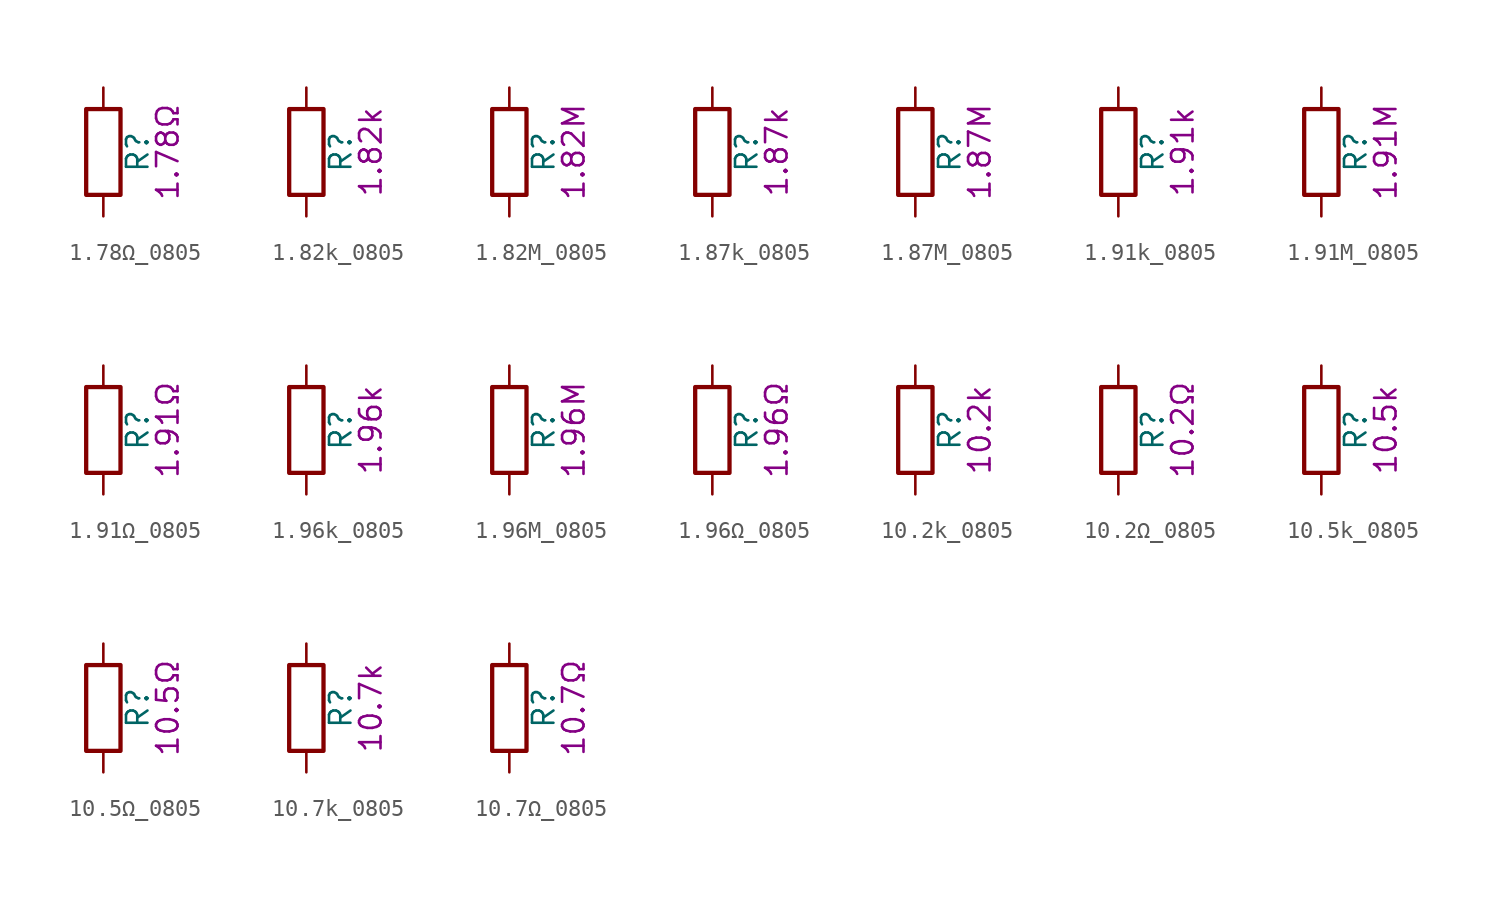
<source format=kicad_sym>
(kicad_symbol_lib
  (version 20211014)
  (generator kicad_symbol_editor)
  (symbol "1.78Ω_0805"
    (pin_numbers hide)
    (pin_names
      (offset 0))
    (property "Reference" "R"
      (at 2.032 0 90)
      (effects (font (size 1.27 1.27))))
    (property "Display" "1.78Ω"
      (at 3.81 0 90)
      (effects (font (size 1.27 1.27))))
    (symbol "1.78Ω_0805_0_1"
      (rectangle (start -1.016 -2.54) (end 1.016 2.54) (stroke (width 0.254) (type default) (color 0 0 0 0)) (fill (type none))))
    (symbol "1.78Ω_0805_1_1"
      (pin passive line (at 0 3.81 270) (length 1.27) (name "~" (effects (font (size 1.27 1.27)))) (number "1" (effects (font (size 1.27 1.27)))))
      (pin passive line (at 0 -3.81 90) (length 1.27) (name "~" (effects (font (size 1.27 1.27)))) (number "2" (effects (font (size 1.27 1.27)))))))
  (symbol "1.82k_0805"
    (pin_numbers hide)
    (pin_names
      (offset 0))
    (property "Reference" "R"
      (at 2.032 0 90)
      (effects (font (size 1.27 1.27))))
    (property "Display" "1.82k"
      (at 3.81 0 90)
      (effects (font (size 1.27 1.27))))
    (symbol "1.82k_0805_0_1"
      (rectangle (start -1.016 -2.54) (end 1.016 2.54) (stroke (width 0.254) (type default) (color 0 0 0 0)) (fill (type none))))
    (symbol "1.82k_0805_1_1"
      (pin passive line (at 0 3.81 270) (length 1.27) (name "~" (effects (font (size 1.27 1.27)))) (number "1" (effects (font (size 1.27 1.27)))))
      (pin passive line (at 0 -3.81 90) (length 1.27) (name "~" (effects (font (size 1.27 1.27)))) (number "2" (effects (font (size 1.27 1.27)))))))
  (symbol "1.82M_0805"
    (pin_numbers hide)
    (pin_names
      (offset 0))
    (property "Reference" "R"
      (at 2.032 0 90)
      (effects (font (size 1.27 1.27))))
    (property "Display" "1.82M"
      (at 3.81 0 90)
      (effects (font (size 1.27 1.27))))
    (symbol "1.82M_0805_0_1"
      (rectangle (start -1.016 -2.54) (end 1.016 2.54) (stroke (width 0.254) (type default) (color 0 0 0 0)) (fill (type none))))
    (symbol "1.82M_0805_1_1"
      (pin passive line (at 0 3.81 270) (length 1.27) (name "~" (effects (font (size 1.27 1.27)))) (number "1" (effects (font (size 1.27 1.27)))))
      (pin passive line (at 0 -3.81 90) (length 1.27) (name "~" (effects (font (size 1.27 1.27)))) (number "2" (effects (font (size 1.27 1.27)))))))
  (symbol "1.87k_0805"
    (pin_numbers hide)
    (pin_names
      (offset 0))
    (property "Reference" "R"
      (at 2.032 0 90)
      (effects (font (size 1.27 1.27))))
    (property "Display" "1.87k"
      (at 3.81 0 90)
      (effects (font (size 1.27 1.27))))
    (symbol "1.87k_0805_0_1"
      (rectangle (start -1.016 -2.54) (end 1.016 2.54) (stroke (width 0.254) (type default) (color 0 0 0 0)) (fill (type none))))
    (symbol "1.87k_0805_1_1"
      (pin passive line (at 0 3.81 270) (length 1.27) (name "~" (effects (font (size 1.27 1.27)))) (number "1" (effects (font (size 1.27 1.27)))))
      (pin passive line (at 0 -3.81 90) (length 1.27) (name "~" (effects (font (size 1.27 1.27)))) (number "2" (effects (font (size 1.27 1.27)))))))
  (symbol "1.87M_0805"
    (pin_numbers hide)
    (pin_names
      (offset 0))
    (property "Reference" "R"
      (at 2.032 0 90)
      (effects (font (size 1.27 1.27))))
    (property "Display" "1.87M"
      (at 3.81 0 90)
      (effects (font (size 1.27 1.27))))
    (symbol "1.87M_0805_0_1"
      (rectangle (start -1.016 -2.54) (end 1.016 2.54) (stroke (width 0.254) (type default) (color 0 0 0 0)) (fill (type none))))
    (symbol "1.87M_0805_1_1"
      (pin passive line (at 0 3.81 270) (length 1.27) (name "~" (effects (font (size 1.27 1.27)))) (number "1" (effects (font (size 1.27 1.27)))))
      (pin passive line (at 0 -3.81 90) (length 1.27) (name "~" (effects (font (size 1.27 1.27)))) (number "2" (effects (font (size 1.27 1.27)))))))
  (symbol "1.91k_0805"
    (pin_numbers hide)
    (pin_names
      (offset 0))
    (property "Reference" "R"
      (at 2.032 0 90)
      (effects (font (size 1.27 1.27))))
    (property "Display" "1.91k"
      (at 3.81 0 90)
      (effects (font (size 1.27 1.27))))
    (symbol "1.91k_0805_0_1"
      (rectangle (start -1.016 -2.54) (end 1.016 2.54) (stroke (width 0.254) (type default) (color 0 0 0 0)) (fill (type none))))
    (symbol "1.91k_0805_1_1"
      (pin passive line (at 0 3.81 270) (length 1.27) (name "~" (effects (font (size 1.27 1.27)))) (number "1" (effects (font (size 1.27 1.27)))))
      (pin passive line (at 0 -3.81 90) (length 1.27) (name "~" (effects (font (size 1.27 1.27)))) (number "2" (effects (font (size 1.27 1.27)))))))
  (symbol "1.91M_0805"
    (pin_numbers hide)
    (pin_names
      (offset 0))
    (property "Reference" "R"
      (at 2.032 0 90)
      (effects (font (size 1.27 1.27))))
    (property "Display" "1.91M"
      (at 3.81 0 90)
      (effects (font (size 1.27 1.27))))
    (symbol "1.91M_0805_0_1"
      (rectangle (start -1.016 -2.54) (end 1.016 2.54) (stroke (width 0.254) (type default) (color 0 0 0 0)) (fill (type none))))
    (symbol "1.91M_0805_1_1"
      (pin passive line (at 0 3.81 270) (length 1.27) (name "~" (effects (font (size 1.27 1.27)))) (number "1" (effects (font (size 1.27 1.27)))))
      (pin passive line (at 0 -3.81 90) (length 1.27) (name "~" (effects (font (size 1.27 1.27)))) (number "2" (effects (font (size 1.27 1.27)))))))
  (symbol "1.91Ω_0805"
    (pin_numbers hide)
    (pin_names
      (offset 0))
    (property "Reference" "R"
      (at 2.032 0 90)
      (effects (font (size 1.27 1.27))))
    (property "Display" "1.91Ω"
      (at 3.81 0 90)
      (effects (font (size 1.27 1.27))))
    (symbol "1.91Ω_0805_0_1"
      (rectangle (start -1.016 -2.54) (end 1.016 2.54) (stroke (width 0.254) (type default) (color 0 0 0 0)) (fill (type none))))
    (symbol "1.91Ω_0805_1_1"
      (pin passive line (at 0 3.81 270) (length 1.27) (name "~" (effects (font (size 1.27 1.27)))) (number "1" (effects (font (size 1.27 1.27)))))
      (pin passive line (at 0 -3.81 90) (length 1.27) (name "~" (effects (font (size 1.27 1.27)))) (number "2" (effects (font (size 1.27 1.27)))))))
  (symbol "1.96k_0805"
    (pin_numbers hide)
    (pin_names
      (offset 0))
    (property "Reference" "R"
      (at 2.032 0 90)
      (effects (font (size 1.27 1.27))))
    (property "Display" "1.96k"
      (at 3.81 0 90)
      (effects (font (size 1.27 1.27))))
    (symbol "1.96k_0805_0_1"
      (rectangle (start -1.016 -2.54) (end 1.016 2.54) (stroke (width 0.254) (type default) (color 0 0 0 0)) (fill (type none))))
    (symbol "1.96k_0805_1_1"
      (pin passive line (at 0 3.81 270) (length 1.27) (name "~" (effects (font (size 1.27 1.27)))) (number "1" (effects (font (size 1.27 1.27)))))
      (pin passive line (at 0 -3.81 90) (length 1.27) (name "~" (effects (font (size 1.27 1.27)))) (number "2" (effects (font (size 1.27 1.27)))))))
  (symbol "1.96M_0805"
    (pin_numbers hide)
    (pin_names
      (offset 0))
    (property "Reference" "R"
      (at 2.032 0 90)
      (effects (font (size 1.27 1.27))))
    (property "Display" "1.96M"
      (at 3.81 0 90)
      (effects (font (size 1.27 1.27))))
    (symbol "1.96M_0805_0_1"
      (rectangle (start -1.016 -2.54) (end 1.016 2.54) (stroke (width 0.254) (type default) (color 0 0 0 0)) (fill (type none))))
    (symbol "1.96M_0805_1_1"
      (pin passive line (at 0 3.81 270) (length 1.27) (name "~" (effects (font (size 1.27 1.27)))) (number "1" (effects (font (size 1.27 1.27)))))
      (pin passive line (at 0 -3.81 90) (length 1.27) (name "~" (effects (font (size 1.27 1.27)))) (number "2" (effects (font (size 1.27 1.27)))))))
  (symbol "1.96Ω_0805"
    (pin_numbers hide)
    (pin_names
      (offset 0))
    (property "Reference" "R"
      (at 2.032 0 90)
      (effects (font (size 1.27 1.27))))
    (property "Display" "1.96Ω"
      (at 3.81 0 90)
      (effects (font (size 1.27 1.27))))
    (symbol "1.96Ω_0805_0_1"
      (rectangle (start -1.016 -2.54) (end 1.016 2.54) (stroke (width 0.254) (type default) (color 0 0 0 0)) (fill (type none))))
    (symbol "1.96Ω_0805_1_1"
      (pin passive line (at 0 3.81 270) (length 1.27) (name "~" (effects (font (size 1.27 1.27)))) (number "1" (effects (font (size 1.27 1.27)))))
      (pin passive line (at 0 -3.81 90) (length 1.27) (name "~" (effects (font (size 1.27 1.27)))) (number "2" (effects (font (size 1.27 1.27)))))))
  (symbol "10.2k_0805"
    (pin_numbers hide)
    (pin_names
      (offset 0))
    (property "Reference" "R"
      (at 2.032 0 90)
      (effects (font (size 1.27 1.27))))
    (property "Display" "10.2k"
      (at 3.81 0 90)
      (effects (font (size 1.27 1.27))))
    (symbol "10.2k_0805_0_1"
      (rectangle (start -1.016 -2.54) (end 1.016 2.54) (stroke (width 0.254) (type default) (color 0 0 0 0)) (fill (type none))))
    (symbol "10.2k_0805_1_1"
      (pin passive line (at 0 3.81 270) (length 1.27) (name "~" (effects (font (size 1.27 1.27)))) (number "1" (effects (font (size 1.27 1.27)))))
      (pin passive line (at 0 -3.81 90) (length 1.27) (name "~" (effects (font (size 1.27 1.27)))) (number "2" (effects (font (size 1.27 1.27)))))))
  (symbol "10.2Ω_0805"
    (pin_numbers hide)
    (pin_names
      (offset 0))
    (property "Reference" "R"
      (at 2.032 0 90)
      (effects (font (size 1.27 1.27))))
    (property "Display" "10.2Ω"
      (at 3.81 0 90)
      (effects (font (size 1.27 1.27))))
    (symbol "10.2Ω_0805_0_1"
      (rectangle (start -1.016 -2.54) (end 1.016 2.54) (stroke (width 0.254) (type default) (color 0 0 0 0)) (fill (type none))))
    (symbol "10.2Ω_0805_1_1"
      (pin passive line (at 0 3.81 270) (length 1.27) (name "~" (effects (font (size 1.27 1.27)))) (number "1" (effects (font (size 1.27 1.27)))))
      (pin passive line (at 0 -3.81 90) (length 1.27) (name "~" (effects (font (size 1.27 1.27)))) (number "2" (effects (font (size 1.27 1.27)))))))
  (symbol "10.5k_0805"
    (pin_numbers hide)
    (pin_names
      (offset 0))
    (property "Reference" "R"
      (at 2.032 0 90)
      (effects (font (size 1.27 1.27))))
    (property "Display" "10.5k"
      (at 3.81 0 90)
      (effects (font (size 1.27 1.27))))
    (symbol "10.5k_0805_0_1"
      (rectangle (start -1.016 -2.54) (end 1.016 2.54) (stroke (width 0.254) (type default) (color 0 0 0 0)) (fill (type none))))
    (symbol "10.5k_0805_1_1"
      (pin passive line (at 0 3.81 270) (length 1.27) (name "~" (effects (font (size 1.27 1.27)))) (number "1" (effects (font (size 1.27 1.27)))))
      (pin passive line (at 0 -3.81 90) (length 1.27) (name "~" (effects (font (size 1.27 1.27)))) (number "2" (effects (font (size 1.27 1.27)))))))
  (symbol "10.5Ω_0805"
    (pin_numbers hide)
    (pin_names
      (offset 0))
    (property "Reference" "R"
      (at 2.032 0 90)
      (effects (font (size 1.27 1.27))))
    (property "Display" "10.5Ω"
      (at 3.81 0 90)
      (effects (font (size 1.27 1.27))))
    (symbol "10.5Ω_0805_0_1"
      (rectangle (start -1.016 -2.54) (end 1.016 2.54) (stroke (width 0.254) (type default) (color 0 0 0 0)) (fill (type none))))
    (symbol "10.5Ω_0805_1_1"
      (pin passive line (at 0 3.81 270) (length 1.27) (name "~" (effects (font (size 1.27 1.27)))) (number "1" (effects (font (size 1.27 1.27)))))
      (pin passive line (at 0 -3.81 90) (length 1.27) (name "~" (effects (font (size 1.27 1.27)))) (number "2" (effects (font (size 1.27 1.27)))))))
  (symbol "10.7k_0805"
    (pin_numbers hide)
    (pin_names
      (offset 0))
    (property "Reference" "R"
      (at 2.032 0 90)
      (effects (font (size 1.27 1.27))))
    (property "Display" "10.7k"
      (at 3.81 0 90)
      (effects (font (size 1.27 1.27))))
    (symbol "10.7k_0805_0_1"
      (rectangle (start -1.016 -2.54) (end 1.016 2.54) (stroke (width 0.254) (type default) (color 0 0 0 0)) (fill (type none))))
    (symbol "10.7k_0805_1_1"
      (pin passive line (at 0 3.81 270) (length 1.27) (name "~" (effects (font (size 1.27 1.27)))) (number "1" (effects (font (size 1.27 1.27)))))
      (pin passive line (at 0 -3.81 90) (length 1.27) (name "~" (effects (font (size 1.27 1.27)))) (number "2" (effects (font (size 1.27 1.27)))))))
  (symbol "10.7Ω_0805"
    (pin_numbers hide)
    (pin_names
      (offset 0))
    (property "Reference" "R"
      (at 2.032 0 90)
      (effects (font (size 1.27 1.27))))
    (property "Display" "10.7Ω"
      (at 3.81 0 90)
      (effects (font (size 1.27 1.27))))
    (symbol "10.7Ω_0805_0_1"
      (rectangle (start -1.016 -2.54) (end 1.016 2.54) (stroke (width 0.254) (type default) (color 0 0 0 0)) (fill (type none))))
    (symbol "10.7Ω_0805_1_1"
      (pin passive line (at 0 3.81 270) (length 1.27) (name "~" (effects (font (size 1.27 1.27)))) (number "1" (effects (font (size 1.27 1.27)))))
      (pin passive line (at 0 -3.81 90) (length 1.27) (name "~" (effects (font (size 1.27 1.27)))) (number "2" (effects (font (size 1.27 1.27))))))))
</source>
